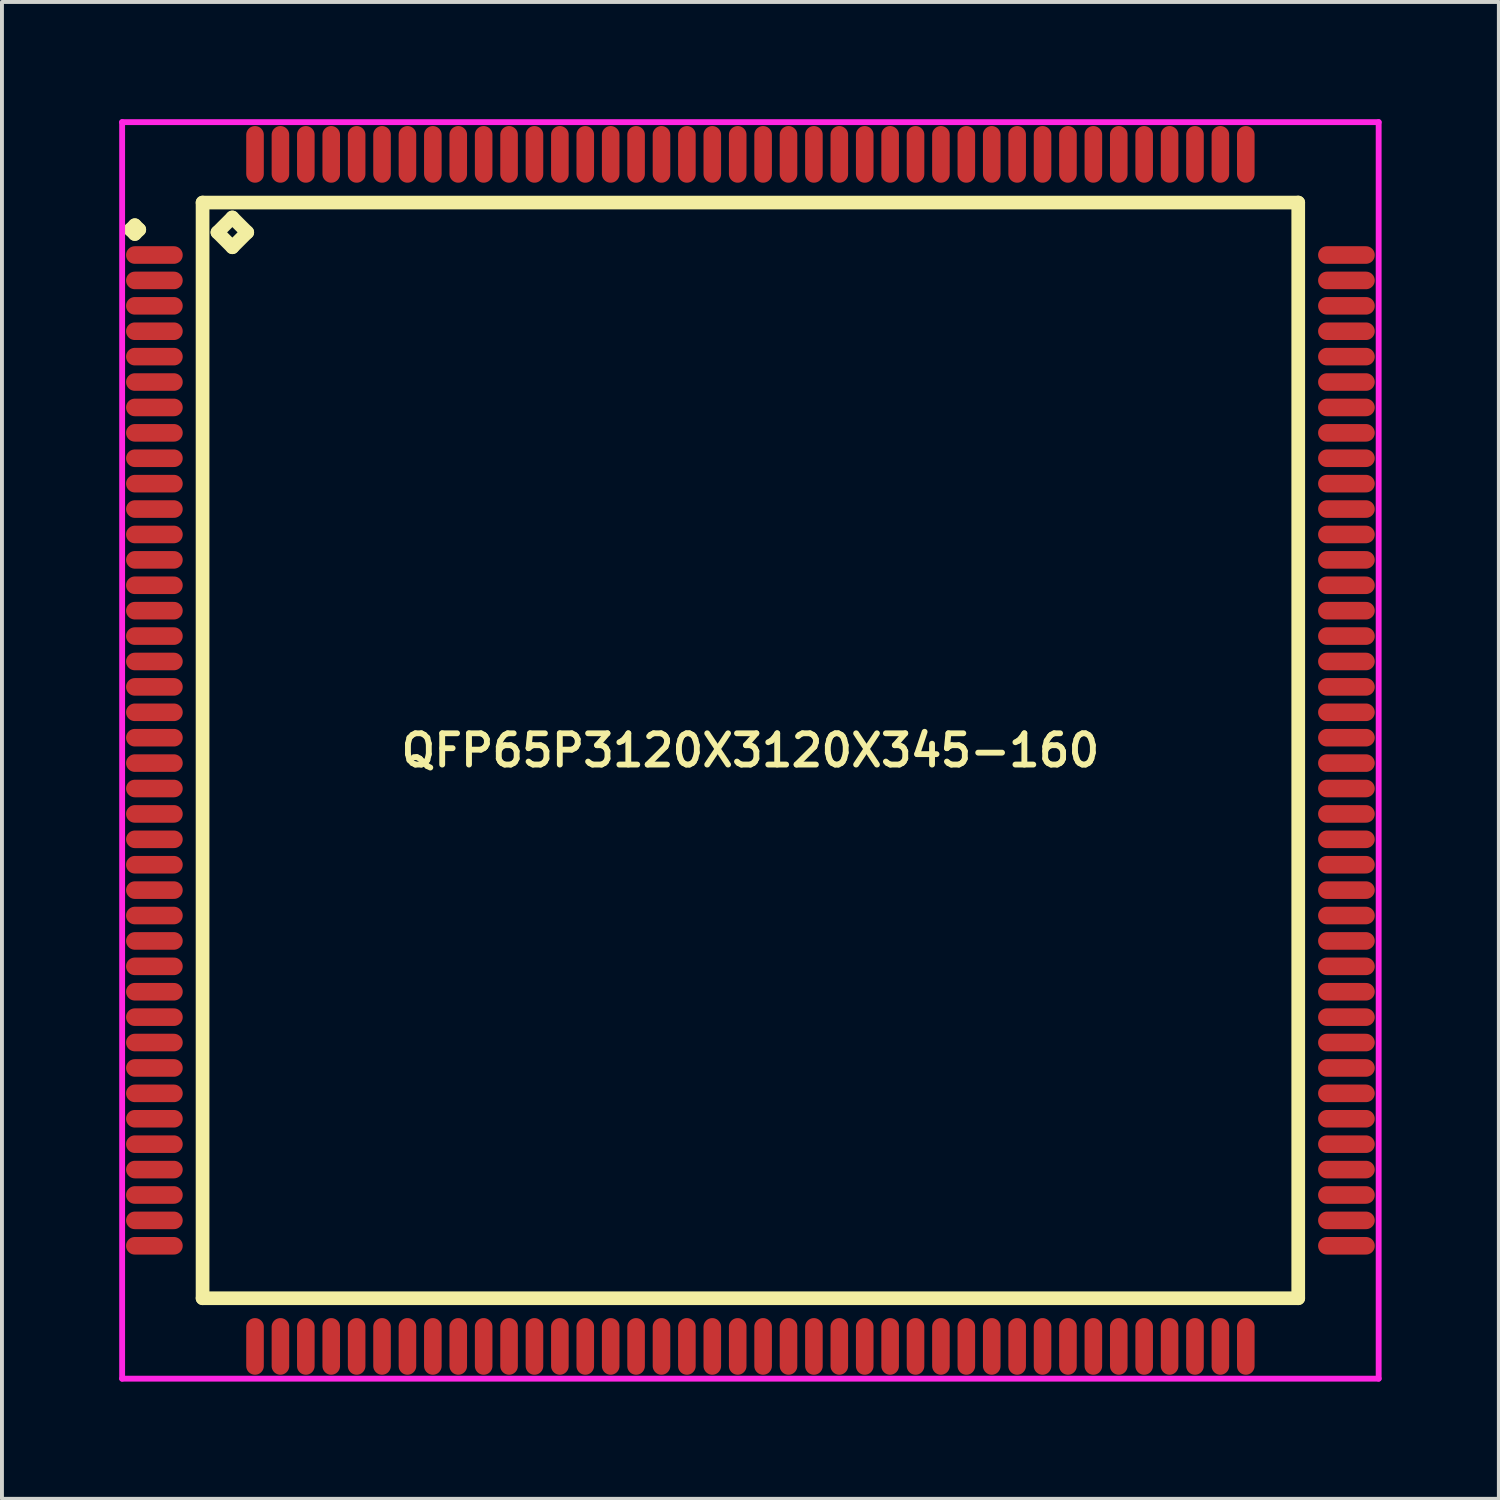
<source format=kicad_pcb>
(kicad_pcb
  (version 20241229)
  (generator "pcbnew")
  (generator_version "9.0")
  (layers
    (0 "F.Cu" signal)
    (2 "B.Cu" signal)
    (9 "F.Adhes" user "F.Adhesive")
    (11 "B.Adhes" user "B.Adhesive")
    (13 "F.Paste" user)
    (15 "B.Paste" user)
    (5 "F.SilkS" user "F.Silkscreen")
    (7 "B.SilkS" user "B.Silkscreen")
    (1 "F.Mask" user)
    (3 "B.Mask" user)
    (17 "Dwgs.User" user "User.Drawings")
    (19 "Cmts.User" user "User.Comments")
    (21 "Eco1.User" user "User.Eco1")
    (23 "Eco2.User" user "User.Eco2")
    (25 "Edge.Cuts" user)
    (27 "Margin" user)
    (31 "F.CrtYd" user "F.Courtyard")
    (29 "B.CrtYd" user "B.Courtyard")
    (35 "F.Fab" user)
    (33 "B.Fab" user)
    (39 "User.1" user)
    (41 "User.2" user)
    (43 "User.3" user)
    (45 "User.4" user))
  (footprint "QFP65P3120X3120X345-160"
    (layer "F.Cu")
    (at 16.15 16.15)
    (property "Reference" "QFP65P3120X3120X345-160" (at 0 0 0) (layer "F.SilkS") (effects (font (size 0.8 0.8) (thickness 0.15))))
    (attr smd)
    (fp_line (start -15.863 -13.325) (end -15.75 -13.438) (stroke (width 0.35) (type solid)) (layer "F.SilkS"))
    (fp_line (start -15.75 -13.438) (end -15.637 -13.325) (stroke (width 0.35) (type solid)) (layer "F.SilkS"))
    (fp_line (start -15.75 -13.213) (end -15.863 -13.325) (stroke (width 0.35) (type solid)) (layer "F.SilkS"))
    (fp_line (start -15.637 -13.325) (end -15.75 -13.213) (stroke (width 0.35) (type solid)) (layer "F.SilkS"))
    (fp_line (start -14.017 -14.017) (end -14.017 14.017) (stroke (width 0.35) (type solid)) (layer "F.SilkS"))
    (fp_line (start -14.017 14.017) (end 14.017 14.017) (stroke (width 0.35) (type solid)) (layer "F.SilkS"))
    (fp_line (start -13.636 -13.255) (end -13.255 -13.636) (stroke (width 0.35) (type solid)) (layer "F.SilkS"))
    (fp_line (start -13.255 -13.636) (end -12.874 -13.255) (stroke (width 0.35) (type solid)) (layer "F.SilkS"))
    (fp_line (start -13.255 -12.874) (end -13.636 -13.255) (stroke (width 0.35) (type solid)) (layer "F.SilkS"))
    (fp_line (start -12.874 -13.255) (end -13.255 -12.874) (stroke (width 0.35) (type solid)) (layer "F.SilkS"))
    (fp_line (start 14.017 -14.017) (end -14.017 -14.017) (stroke (width 0.35) (type solid)) (layer "F.SilkS"))
    (fp_line (start 14.017 14.017) (end 14.017 -14.017) (stroke (width 0.35) (type solid)) (layer "F.SilkS"))
    (fp_line (start -16.075 -16.075) (end 16.075 -16.075) (stroke (width 0.15) (type solid)) (layer "F.CrtYd"))
    (fp_line (start -16.075 16.075) (end -16.075 -16.075) (stroke (width 0.15) (type solid)) (layer "F.CrtYd"))
    (fp_line (start 16.075 -16.075) (end 16.075 16.075) (stroke (width 0.15) (type solid)) (layer "F.CrtYd"))
    (fp_line (start 16.075 16.075) (end -16.075 16.075) (stroke (width 0.15) (type solid)) (layer "F.CrtYd"))
    (pad "1" smd oval (at -15.25 -12.675) (size 1.45 0.45) (layers "F.Cu" "F.Mask" "F.Paste"))
    (pad "2" smd oval (at -15.25 -12.025) (size 1.45 0.45) (layers "F.Cu" "F.Mask" "F.Paste"))
    (pad "3" smd oval (at -15.25 -11.375) (size 1.45 0.45) (layers "F.Cu" "F.Mask" "F.Paste"))
    (pad "4" smd oval (at -15.25 -10.725) (size 1.45 0.45) (layers "F.Cu" "F.Mask" "F.Paste"))
    (pad "5" smd oval (at -15.25 -10.075) (size 1.45 0.45) (layers "F.Cu" "F.Mask" "F.Paste"))
    (pad "6" smd oval (at -15.25 -9.425) (size 1.45 0.45) (layers "F.Cu" "F.Mask" "F.Paste"))
    (pad "7" smd oval (at -15.25 -8.775) (size 1.45 0.45) (layers "F.Cu" "F.Mask" "F.Paste"))
    (pad "8" smd oval (at -15.25 -8.125) (size 1.45 0.45) (layers "F.Cu" "F.Mask" "F.Paste"))
    (pad "9" smd oval (at -15.25 -7.475) (size 1.45 0.45) (layers "F.Cu" "F.Mask" "F.Paste"))
    (pad "10" smd oval (at -15.25 -6.825) (size 1.45 0.45) (layers "F.Cu" "F.Mask" "F.Paste"))
    (pad "11" smd oval (at -15.25 -6.175) (size 1.45 0.45) (layers "F.Cu" "F.Mask" "F.Paste"))
    (pad "12" smd oval (at -15.25 -5.525) (size 1.45 0.45) (layers "F.Cu" "F.Mask" "F.Paste"))
    (pad "13" smd oval (at -15.25 -4.875) (size 1.45 0.45) (layers "F.Cu" "F.Mask" "F.Paste"))
    (pad "14" smd oval (at -15.25 -4.225) (size 1.45 0.45) (layers "F.Cu" "F.Mask" "F.Paste"))
    (pad "15" smd oval (at -15.25 -3.575) (size 1.45 0.45) (layers "F.Cu" "F.Mask" "F.Paste"))
    (pad "16" smd oval (at -15.25 -2.925) (size 1.45 0.45) (layers "F.Cu" "F.Mask" "F.Paste"))
    (pad "17" smd oval (at -15.25 -2.275) (size 1.45 0.45) (layers "F.Cu" "F.Mask" "F.Paste"))
    (pad "18" smd oval (at -15.25 -1.625) (size 1.45 0.45) (layers "F.Cu" "F.Mask" "F.Paste"))
    (pad "19" smd oval (at -15.25 -0.975) (size 1.45 0.45) (layers "F.Cu" "F.Mask" "F.Paste"))
    (pad "20" smd oval (at -15.25 -0.325) (size 1.45 0.45) (layers "F.Cu" "F.Mask" "F.Paste"))
    (pad "21" smd oval (at -15.25 0.325) (size 1.45 0.45) (layers "F.Cu" "F.Mask" "F.Paste"))
    (pad "22" smd oval (at -15.25 0.975) (size 1.45 0.45) (layers "F.Cu" "F.Mask" "F.Paste"))
    (pad "23" smd oval (at -15.25 1.625) (size 1.45 0.45) (layers "F.Cu" "F.Mask" "F.Paste"))
    (pad "24" smd oval (at -15.25 2.275) (size 1.45 0.45) (layers "F.Cu" "F.Mask" "F.Paste"))
    (pad "25" smd oval (at -15.25 2.925) (size 1.45 0.45) (layers "F.Cu" "F.Mask" "F.Paste"))
    (pad "26" smd oval (at -15.25 3.575) (size 1.45 0.45) (layers "F.Cu" "F.Mask" "F.Paste"))
    (pad "27" smd oval (at -15.25 4.225) (size 1.45 0.45) (layers "F.Cu" "F.Mask" "F.Paste"))
    (pad "28" smd oval (at -15.25 4.875) (size 1.45 0.45) (layers "F.Cu" "F.Mask" "F.Paste"))
    (pad "29" smd oval (at -15.25 5.525) (size 1.45 0.45) (layers "F.Cu" "F.Mask" "F.Paste"))
    (pad "30" smd oval (at -15.25 6.175) (size 1.45 0.45) (layers "F.Cu" "F.Mask" "F.Paste"))
    (pad "31" smd oval (at -15.25 6.825) (size 1.45 0.45) (layers "F.Cu" "F.Mask" "F.Paste"))
    (pad "32" smd oval (at -15.25 7.475) (size 1.45 0.45) (layers "F.Cu" "F.Mask" "F.Paste"))
    (pad "33" smd oval (at -15.25 8.125) (size 1.45 0.45) (layers "F.Cu" "F.Mask" "F.Paste"))
    (pad "34" smd oval (at -15.25 8.775) (size 1.45 0.45) (layers "F.Cu" "F.Mask" "F.Paste"))
    (pad "35" smd oval (at -15.25 9.425) (size 1.45 0.45) (layers "F.Cu" "F.Mask" "F.Paste"))
    (pad "36" smd oval (at -15.25 10.075) (size 1.45 0.45) (layers "F.Cu" "F.Mask" "F.Paste"))
    (pad "37" smd oval (at -15.25 10.725) (size 1.45 0.45) (layers "F.Cu" "F.Mask" "F.Paste"))
    (pad "38" smd oval (at -15.25 11.375) (size 1.45 0.45) (layers "F.Cu" "F.Mask" "F.Paste"))
    (pad "39" smd oval (at -15.25 12.025) (size 1.45 0.45) (layers "F.Cu" "F.Mask" "F.Paste"))
    (pad "40" smd oval (at -15.25 12.675) (size 1.45 0.45) (layers "F.Cu" "F.Mask" "F.Paste"))
    (pad "41" smd oval (at -12.675 15.25) (size 0.45 1.45) (layers "F.Cu" "F.Mask" "F.Paste"))
    (pad "42" smd oval (at -12.025 15.25) (size 0.45 1.45) (layers "F.Cu" "F.Mask" "F.Paste"))
    (pad "43" smd oval (at -11.375 15.25) (size 0.45 1.45) (layers "F.Cu" "F.Mask" "F.Paste"))
    (pad "44" smd oval (at -10.725 15.25) (size 0.45 1.45) (layers "F.Cu" "F.Mask" "F.Paste"))
    (pad "45" smd oval (at -10.075 15.25) (size 0.45 1.45) (layers "F.Cu" "F.Mask" "F.Paste"))
    (pad "46" smd oval (at -9.425 15.25) (size 0.45 1.45) (layers "F.Cu" "F.Mask" "F.Paste"))
    (pad "47" smd oval (at -8.775 15.25) (size 0.45 1.45) (layers "F.Cu" "F.Mask" "F.Paste"))
    (pad "48" smd oval (at -8.125 15.25) (size 0.45 1.45) (layers "F.Cu" "F.Mask" "F.Paste"))
    (pad "49" smd oval (at -7.475 15.25) (size 0.45 1.45) (layers "F.Cu" "F.Mask" "F.Paste"))
    (pad "50" smd oval (at -6.825 15.25) (size 0.45 1.45) (layers "F.Cu" "F.Mask" "F.Paste"))
    (pad "51" smd oval (at -6.175 15.25) (size 0.45 1.45) (layers "F.Cu" "F.Mask" "F.Paste"))
    (pad "52" smd oval (at -5.525 15.25) (size 0.45 1.45) (layers "F.Cu" "F.Mask" "F.Paste"))
    (pad "53" smd oval (at -4.875 15.25) (size 0.45 1.45) (layers "F.Cu" "F.Mask" "F.Paste"))
    (pad "54" smd oval (at -4.225 15.25) (size 0.45 1.45) (layers "F.Cu" "F.Mask" "F.Paste"))
    (pad "55" smd oval (at -3.575 15.25) (size 0.45 1.45) (layers "F.Cu" "F.Mask" "F.Paste"))
    (pad "56" smd oval (at -2.925 15.25) (size 0.45 1.45) (layers "F.Cu" "F.Mask" "F.Paste"))
    (pad "57" smd oval (at -2.275 15.25) (size 0.45 1.45) (layers "F.Cu" "F.Mask" "F.Paste"))
    (pad "58" smd oval (at -1.625 15.25) (size 0.45 1.45) (layers "F.Cu" "F.Mask" "F.Paste"))
    (pad "59" smd oval (at -0.975 15.25) (size 0.45 1.45) (layers "F.Cu" "F.Mask" "F.Paste"))
    (pad "60" smd oval (at -0.325 15.25) (size 0.45 1.45) (layers "F.Cu" "F.Mask" "F.Paste"))
    (pad "61" smd oval (at 0.325 15.25) (size 0.45 1.45) (layers "F.Cu" "F.Mask" "F.Paste"))
    (pad "62" smd oval (at 0.975 15.25) (size 0.45 1.45) (layers "F.Cu" "F.Mask" "F.Paste"))
    (pad "63" smd oval (at 1.625 15.25) (size 0.45 1.45) (layers "F.Cu" "F.Mask" "F.Paste"))
    (pad "64" smd oval (at 2.275 15.25) (size 0.45 1.45) (layers "F.Cu" "F.Mask" "F.Paste"))
    (pad "65" smd oval (at 2.925 15.25) (size 0.45 1.45) (layers "F.Cu" "F.Mask" "F.Paste"))
    (pad "66" smd oval (at 3.575 15.25) (size 0.45 1.45) (layers "F.Cu" "F.Mask" "F.Paste"))
    (pad "67" smd oval (at 4.225 15.25) (size 0.45 1.45) (layers "F.Cu" "F.Mask" "F.Paste"))
    (pad "68" smd oval (at 4.875 15.25) (size 0.45 1.45) (layers "F.Cu" "F.Mask" "F.Paste"))
    (pad "69" smd oval (at 5.525 15.25) (size 0.45 1.45) (layers "F.Cu" "F.Mask" "F.Paste"))
    (pad "70" smd oval (at 6.175 15.25) (size 0.45 1.45) (layers "F.Cu" "F.Mask" "F.Paste"))
    (pad "71" smd oval (at 6.825 15.25) (size 0.45 1.45) (layers "F.Cu" "F.Mask" "F.Paste"))
    (pad "72" smd oval (at 7.475 15.25) (size 0.45 1.45) (layers "F.Cu" "F.Mask" "F.Paste"))
    (pad "73" smd oval (at 8.125 15.25) (size 0.45 1.45) (layers "F.Cu" "F.Mask" "F.Paste"))
    (pad "74" smd oval (at 8.775 15.25) (size 0.45 1.45) (layers "F.Cu" "F.Mask" "F.Paste"))
    (pad "75" smd oval (at 9.425 15.25) (size 0.45 1.45) (layers "F.Cu" "F.Mask" "F.Paste"))
    (pad "76" smd oval (at 10.075 15.25) (size 0.45 1.45) (layers "F.Cu" "F.Mask" "F.Paste"))
    (pad "77" smd oval (at 10.725 15.25) (size 0.45 1.45) (layers "F.Cu" "F.Mask" "F.Paste"))
    (pad "78" smd oval (at 11.375 15.25) (size 0.45 1.45) (layers "F.Cu" "F.Mask" "F.Paste"))
    (pad "79" smd oval (at 12.025 15.25) (size 0.45 1.45) (layers "F.Cu" "F.Mask" "F.Paste"))
    (pad "80" smd oval (at 12.675 15.25) (size 0.45 1.45) (layers "F.Cu" "F.Mask" "F.Paste"))
    (pad "81" smd oval (at 15.25 12.675) (size 1.45 0.45) (layers "F.Cu" "F.Mask" "F.Paste"))
    (pad "82" smd oval (at 15.25 12.025) (size 1.45 0.45) (layers "F.Cu" "F.Mask" "F.Paste"))
    (pad "83" smd oval (at 15.25 11.375) (size 1.45 0.45) (layers "F.Cu" "F.Mask" "F.Paste"))
    (pad "84" smd oval (at 15.25 10.725) (size 1.45 0.45) (layers "F.Cu" "F.Mask" "F.Paste"))
    (pad "85" smd oval (at 15.25 10.075) (size 1.45 0.45) (layers "F.Cu" "F.Mask" "F.Paste"))
    (pad "86" smd oval (at 15.25 9.425) (size 1.45 0.45) (layers "F.Cu" "F.Mask" "F.Paste"))
    (pad "87" smd oval (at 15.25 8.775) (size 1.45 0.45) (layers "F.Cu" "F.Mask" "F.Paste"))
    (pad "88" smd oval (at 15.25 8.125) (size 1.45 0.45) (layers "F.Cu" "F.Mask" "F.Paste"))
    (pad "89" smd oval (at 15.25 7.475) (size 1.45 0.45) (layers "F.Cu" "F.Mask" "F.Paste"))
    (pad "90" smd oval (at 15.25 6.825) (size 1.45 0.45) (layers "F.Cu" "F.Mask" "F.Paste"))
    (pad "91" smd oval (at 15.25 6.175) (size 1.45 0.45) (layers "F.Cu" "F.Mask" "F.Paste"))
    (pad "92" smd oval (at 15.25 5.525) (size 1.45 0.45) (layers "F.Cu" "F.Mask" "F.Paste"))
    (pad "93" smd oval (at 15.25 4.875) (size 1.45 0.45) (layers "F.Cu" "F.Mask" "F.Paste"))
    (pad "94" smd oval (at 15.25 4.225) (size 1.45 0.45) (layers "F.Cu" "F.Mask" "F.Paste"))
    (pad "95" smd oval (at 15.25 3.575) (size 1.45 0.45) (layers "F.Cu" "F.Mask" "F.Paste"))
    (pad "96" smd oval (at 15.25 2.925) (size 1.45 0.45) (layers "F.Cu" "F.Mask" "F.Paste"))
    (pad "97" smd oval (at 15.25 2.275) (size 1.45 0.45) (layers "F.Cu" "F.Mask" "F.Paste"))
    (pad "98" smd oval (at 15.25 1.625) (size 1.45 0.45) (layers "F.Cu" "F.Mask" "F.Paste"))
    (pad "99" smd oval (at 15.25 0.975) (size 1.45 0.45) (layers "F.Cu" "F.Mask" "F.Paste"))
    (pad "100" smd oval (at 15.25 0.325) (size 1.45 0.45) (layers "F.Cu" "F.Mask" "F.Paste"))
    (pad "101" smd oval (at 15.25 -0.325) (size 1.45 0.45) (layers "F.Cu" "F.Mask" "F.Paste"))
    (pad "102" smd oval (at 15.25 -0.975) (size 1.45 0.45) (layers "F.Cu" "F.Mask" "F.Paste"))
    (pad "103" smd oval (at 15.25 -1.625) (size 1.45 0.45) (layers "F.Cu" "F.Mask" "F.Paste"))
    (pad "104" smd oval (at 15.25 -2.275) (size 1.45 0.45) (layers "F.Cu" "F.Mask" "F.Paste"))
    (pad "105" smd oval (at 15.25 -2.925) (size 1.45 0.45) (layers "F.Cu" "F.Mask" "F.Paste"))
    (pad "106" smd oval (at 15.25 -3.575) (size 1.45 0.45) (layers "F.Cu" "F.Mask" "F.Paste"))
    (pad "107" smd oval (at 15.25 -4.225) (size 1.45 0.45) (layers "F.Cu" "F.Mask" "F.Paste"))
    (pad "108" smd oval (at 15.25 -4.875) (size 1.45 0.45) (layers "F.Cu" "F.Mask" "F.Paste"))
    (pad "109" smd oval (at 15.25 -5.525) (size 1.45 0.45) (layers "F.Cu" "F.Mask" "F.Paste"))
    (pad "110" smd oval (at 15.25 -6.175) (size 1.45 0.45) (layers "F.Cu" "F.Mask" "F.Paste"))
    (pad "111" smd oval (at 15.25 -6.825) (size 1.45 0.45) (layers "F.Cu" "F.Mask" "F.Paste"))
    (pad "112" smd oval (at 15.25 -7.475) (size 1.45 0.45) (layers "F.Cu" "F.Mask" "F.Paste"))
    (pad "113" smd oval (at 15.25 -8.125) (size 1.45 0.45) (layers "F.Cu" "F.Mask" "F.Paste"))
    (pad "114" smd oval (at 15.25 -8.775) (size 1.45 0.45) (layers "F.Cu" "F.Mask" "F.Paste"))
    (pad "115" smd oval (at 15.25 -9.425) (size 1.45 0.45) (layers "F.Cu" "F.Mask" "F.Paste"))
    (pad "116" smd oval (at 15.25 -10.075) (size 1.45 0.45) (layers "F.Cu" "F.Mask" "F.Paste"))
    (pad "117" smd oval (at 15.25 -10.725) (size 1.45 0.45) (layers "F.Cu" "F.Mask" "F.Paste"))
    (pad "118" smd oval (at 15.25 -11.375) (size 1.45 0.45) (layers "F.Cu" "F.Mask" "F.Paste"))
    (pad "119" smd oval (at 15.25 -12.025) (size 1.45 0.45) (layers "F.Cu" "F.Mask" "F.Paste"))
    (pad "120" smd oval (at 15.25 -12.675) (size 1.45 0.45) (layers "F.Cu" "F.Mask" "F.Paste"))
    (pad "121" smd oval (at 12.675 -15.25) (size 0.45 1.45) (layers "F.Cu" "F.Mask" "F.Paste"))
    (pad "122" smd oval (at 12.025 -15.25) (size 0.45 1.45) (layers "F.Cu" "F.Mask" "F.Paste"))
    (pad "123" smd oval (at 11.375 -15.25) (size 0.45 1.45) (layers "F.Cu" "F.Mask" "F.Paste"))
    (pad "124" smd oval (at 10.725 -15.25) (size 0.45 1.45) (layers "F.Cu" "F.Mask" "F.Paste"))
    (pad "125" smd oval (at 10.075 -15.25) (size 0.45 1.45) (layers "F.Cu" "F.Mask" "F.Paste"))
    (pad "126" smd oval (at 9.425 -15.25) (size 0.45 1.45) (layers "F.Cu" "F.Mask" "F.Paste"))
    (pad "127" smd oval (at 8.775 -15.25) (size 0.45 1.45) (layers "F.Cu" "F.Mask" "F.Paste"))
    (pad "128" smd oval (at 8.125 -15.25) (size 0.45 1.45) (layers "F.Cu" "F.Mask" "F.Paste"))
    (pad "129" smd oval (at 7.475 -15.25) (size 0.45 1.45) (layers "F.Cu" "F.Mask" "F.Paste"))
    (pad "130" smd oval (at 6.825 -15.25) (size 0.45 1.45) (layers "F.Cu" "F.Mask" "F.Paste"))
    (pad "131" smd oval (at 6.175 -15.25) (size 0.45 1.45) (layers "F.Cu" "F.Mask" "F.Paste"))
    (pad "132" smd oval (at 5.525 -15.25) (size 0.45 1.45) (layers "F.Cu" "F.Mask" "F.Paste"))
    (pad "133" smd oval (at 4.875 -15.25) (size 0.45 1.45) (layers "F.Cu" "F.Mask" "F.Paste"))
    (pad "134" smd oval (at 4.225 -15.25) (size 0.45 1.45) (layers "F.Cu" "F.Mask" "F.Paste"))
    (pad "135" smd oval (at 3.575 -15.25) (size 0.45 1.45) (layers "F.Cu" "F.Mask" "F.Paste"))
    (pad "136" smd oval (at 2.925 -15.25) (size 0.45 1.45) (layers "F.Cu" "F.Mask" "F.Paste"))
    (pad "137" smd oval (at 2.275 -15.25) (size 0.45 1.45) (layers "F.Cu" "F.Mask" "F.Paste"))
    (pad "138" smd oval (at 1.625 -15.25) (size 0.45 1.45) (layers "F.Cu" "F.Mask" "F.Paste"))
    (pad "139" smd oval (at 0.975 -15.25) (size 0.45 1.45) (layers "F.Cu" "F.Mask" "F.Paste"))
    (pad "140" smd oval (at 0.325 -15.25) (size 0.45 1.45) (layers "F.Cu" "F.Mask" "F.Paste"))
    (pad "141" smd oval (at -0.325 -15.25) (size 0.45 1.45) (layers "F.Cu" "F.Mask" "F.Paste"))
    (pad "142" smd oval (at -0.975 -15.25) (size 0.45 1.45) (layers "F.Cu" "F.Mask" "F.Paste"))
    (pad "143" smd oval (at -1.625 -15.25) (size 0.45 1.45) (layers "F.Cu" "F.Mask" "F.Paste"))
    (pad "144" smd oval (at -2.275 -15.25) (size 0.45 1.45) (layers "F.Cu" "F.Mask" "F.Paste"))
    (pad "145" smd oval (at -2.925 -15.25) (size 0.45 1.45) (layers "F.Cu" "F.Mask" "F.Paste"))
    (pad "146" smd oval (at -3.575 -15.25) (size 0.45 1.45) (layers "F.Cu" "F.Mask" "F.Paste"))
    (pad "147" smd oval (at -4.225 -15.25) (size 0.45 1.45) (layers "F.Cu" "F.Mask" "F.Paste"))
    (pad "148" smd oval (at -4.875 -15.25) (size 0.45 1.45) (layers "F.Cu" "F.Mask" "F.Paste"))
    (pad "149" smd oval (at -5.525 -15.25) (size 0.45 1.45) (layers "F.Cu" "F.Mask" "F.Paste"))
    (pad "150" smd oval (at -6.175 -15.25) (size 0.45 1.45) (layers "F.Cu" "F.Mask" "F.Paste"))
    (pad "151" smd oval (at -6.825 -15.25) (size 0.45 1.45) (layers "F.Cu" "F.Mask" "F.Paste"))
    (pad "152" smd oval (at -7.475 -15.25) (size 0.45 1.45) (layers "F.Cu" "F.Mask" "F.Paste"))
    (pad "153" smd oval (at -8.125 -15.25) (size 0.45 1.45) (layers "F.Cu" "F.Mask" "F.Paste"))
    (pad "154" smd oval (at -8.775 -15.25) (size 0.45 1.45) (layers "F.Cu" "F.Mask" "F.Paste"))
    (pad "155" smd oval (at -9.425 -15.25) (size 0.45 1.45) (layers "F.Cu" "F.Mask" "F.Paste"))
    (pad "156" smd oval (at -10.075 -15.25) (size 0.45 1.45) (layers "F.Cu" "F.Mask" "F.Paste"))
    (pad "157" smd oval (at -10.725 -15.25) (size 0.45 1.45) (layers "F.Cu" "F.Mask" "F.Paste"))
    (pad "158" smd oval (at -11.375 -15.25) (size 0.45 1.45) (layers "F.Cu" "F.Mask" "F.Paste"))
    (pad "159" smd oval (at -12.025 -15.25) (size 0.45 1.45) (layers "F.Cu" "F.Mask" "F.Paste"))
    (pad "160" smd oval (at -12.675 -15.25) (size 0.45 1.45) (layers "F.Cu" "F.Mask" "F.Paste")))
  (gr_rect
    (start -3 -3)
    (end 35.3 35.3)
    (stroke (width 0.1) (type default))
    (fill no)
    (layer "Edge.Cuts")))
</source>
